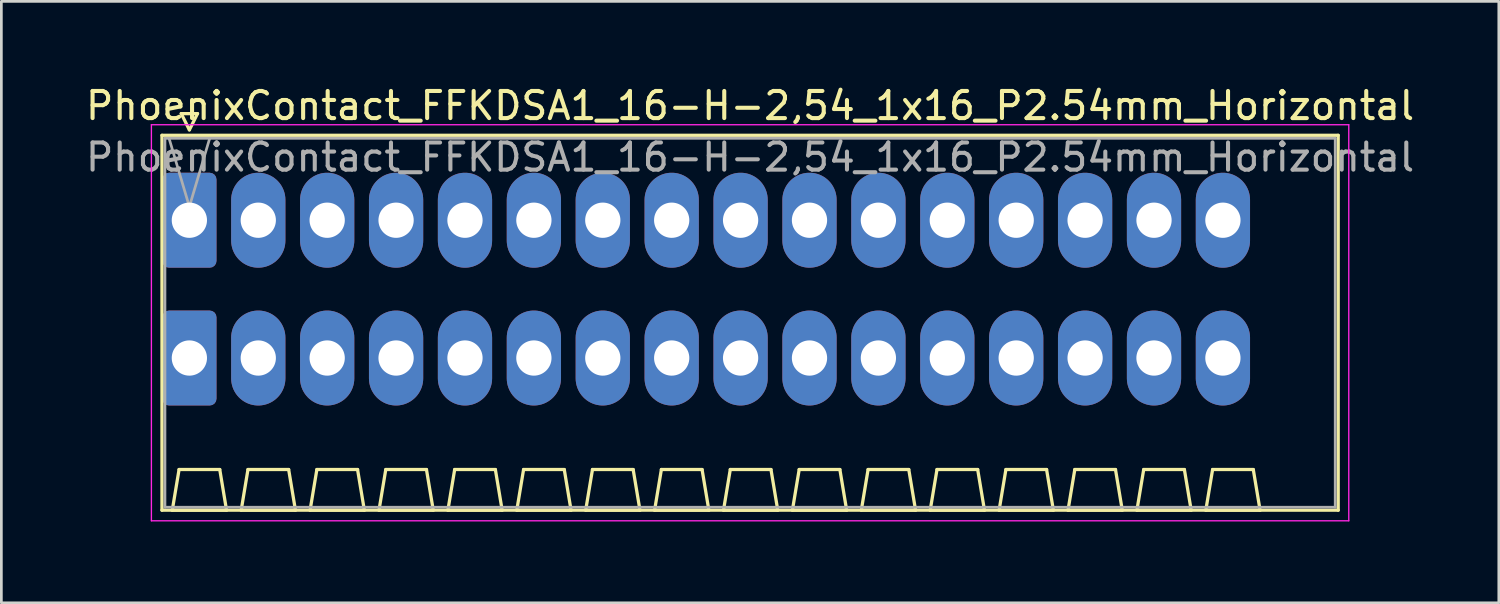
<source format=kicad_pcb>
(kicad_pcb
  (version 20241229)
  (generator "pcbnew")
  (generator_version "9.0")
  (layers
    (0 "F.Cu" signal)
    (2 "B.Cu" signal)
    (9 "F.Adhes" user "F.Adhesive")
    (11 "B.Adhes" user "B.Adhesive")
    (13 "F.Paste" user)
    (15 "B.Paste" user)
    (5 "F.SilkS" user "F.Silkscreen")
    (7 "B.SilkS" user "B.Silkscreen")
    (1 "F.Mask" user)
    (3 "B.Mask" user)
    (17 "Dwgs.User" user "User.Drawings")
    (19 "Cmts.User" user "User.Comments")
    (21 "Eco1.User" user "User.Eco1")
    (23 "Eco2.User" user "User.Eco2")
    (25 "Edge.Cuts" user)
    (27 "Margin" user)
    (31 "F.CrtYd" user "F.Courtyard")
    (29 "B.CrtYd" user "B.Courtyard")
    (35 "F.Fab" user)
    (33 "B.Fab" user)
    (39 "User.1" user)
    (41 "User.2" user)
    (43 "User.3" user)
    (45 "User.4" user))
  (footprint "PhoenixContact_FFKDSA1_16-H-2,54_1x16_P2.54mm_Horizontal"
    (layer "F.Cu")
    (at 3.931 5.068)
    (property "Reference" "PhoenixContact_FFKDSA1_16-H-2,54_1x16_P2.54mm_Horizontal" (at 20.67 -4.22 0) (layer "F.SilkS") (effects (font (size 1 1) (thickness 0.15))))
    (attr through_hole)
    (fp_line (start -1.01 -3.13) (end -1.01 10.69) (stroke (width 0.12) (type solid)) (layer "F.SilkS"))
    (fp_line (start -1.01 10.69) (end 42.35 10.69) (stroke (width 0.12) (type solid)) (layer "F.SilkS"))
    (fp_line (start -0.63 10.69) (end 1.37 10.69) (stroke (width 0.12) (type solid)) (layer "F.SilkS"))
    (fp_line (start -0.38 9.19) (end -0.63 10.69) (stroke (width 0.12) (type solid)) (layer "F.SilkS"))
    (fp_line (start -0.3 -3.93) (end 0.3 -3.93) (stroke (width 0.12) (type solid)) (layer "F.SilkS"))
    (fp_line (start 0 -3.33) (end -0.3 -3.93) (stroke (width 0.12) (type solid)) (layer "F.SilkS"))
    (fp_line (start 0.3 -3.93) (end 0 -3.33) (stroke (width 0.12) (type solid)) (layer "F.SilkS"))
    (fp_line (start 1.12 9.19) (end -0.38 9.19) (stroke (width 0.12) (type solid)) (layer "F.SilkS"))
    (fp_line (start 1.37 10.69) (end 1.12 9.19) (stroke (width 0.12) (type solid)) (layer "F.SilkS"))
    (fp_line (start 1.91 10.69) (end 3.91 10.69) (stroke (width 0.12) (type solid)) (layer "F.SilkS"))
    (fp_line (start 2.16 9.19) (end 1.91 10.69) (stroke (width 0.12) (type solid)) (layer "F.SilkS"))
    (fp_line (start 3.66 9.19) (end 2.16 9.19) (stroke (width 0.12) (type solid)) (layer "F.SilkS"))
    (fp_line (start 3.91 10.69) (end 3.66 9.19) (stroke (width 0.12) (type solid)) (layer "F.SilkS"))
    (fp_line (start 4.45 10.69) (end 6.45 10.69) (stroke (width 0.12) (type solid)) (layer "F.SilkS"))
    (fp_line (start 4.7 9.19) (end 4.45 10.69) (stroke (width 0.12) (type solid)) (layer "F.SilkS"))
    (fp_line (start 6.2 9.19) (end 4.7 9.19) (stroke (width 0.12) (type solid)) (layer "F.SilkS"))
    (fp_line (start 6.45 10.69) (end 6.2 9.19) (stroke (width 0.12) (type solid)) (layer "F.SilkS"))
    (fp_line (start 6.99 10.69) (end 8.99 10.69) (stroke (width 0.12) (type solid)) (layer "F.SilkS"))
    (fp_line (start 7.24 9.19) (end 6.99 10.69) (stroke (width 0.12) (type solid)) (layer "F.SilkS"))
    (fp_line (start 8.74 9.19) (end 7.24 9.19) (stroke (width 0.12) (type solid)) (layer "F.SilkS"))
    (fp_line (start 8.99 10.69) (end 8.74 9.19) (stroke (width 0.12) (type solid)) (layer "F.SilkS"))
    (fp_line (start 9.53 10.69) (end 11.53 10.69) (stroke (width 0.12) (type solid)) (layer "F.SilkS"))
    (fp_line (start 9.78 9.19) (end 9.53 10.69) (stroke (width 0.12) (type solid)) (layer "F.SilkS"))
    (fp_line (start 11.28 9.19) (end 9.78 9.19) (stroke (width 0.12) (type solid)) (layer "F.SilkS"))
    (fp_line (start 11.53 10.69) (end 11.28 9.19) (stroke (width 0.12) (type solid)) (layer "F.SilkS"))
    (fp_line (start 12.07 10.69) (end 14.07 10.69) (stroke (width 0.12) (type solid)) (layer "F.SilkS"))
    (fp_line (start 12.32 9.19) (end 12.07 10.69) (stroke (width 0.12) (type solid)) (layer "F.SilkS"))
    (fp_line (start 13.82 9.19) (end 12.32 9.19) (stroke (width 0.12) (type solid)) (layer "F.SilkS"))
    (fp_line (start 14.07 10.69) (end 13.82 9.19) (stroke (width 0.12) (type solid)) (layer "F.SilkS"))
    (fp_line (start 14.61 10.69) (end 16.61 10.69) (stroke (width 0.12) (type solid)) (layer "F.SilkS"))
    (fp_line (start 14.86 9.19) (end 14.61 10.69) (stroke (width 0.12) (type solid)) (layer "F.SilkS"))
    (fp_line (start 16.36 9.19) (end 14.86 9.19) (stroke (width 0.12) (type solid)) (layer "F.SilkS"))
    (fp_line (start 16.61 10.69) (end 16.36 9.19) (stroke (width 0.12) (type solid)) (layer "F.SilkS"))
    (fp_line (start 17.15 10.69) (end 19.15 10.69) (stroke (width 0.12) (type solid)) (layer "F.SilkS"))
    (fp_line (start 17.4 9.19) (end 17.15 10.69) (stroke (width 0.12) (type solid)) (layer "F.SilkS"))
    (fp_line (start 18.9 9.19) (end 17.4 9.19) (stroke (width 0.12) (type solid)) (layer "F.SilkS"))
    (fp_line (start 19.15 10.69) (end 18.9 9.19) (stroke (width 0.12) (type solid)) (layer "F.SilkS"))
    (fp_line (start 19.69 10.69) (end 21.69 10.69) (stroke (width 0.12) (type solid)) (layer "F.SilkS"))
    (fp_line (start 19.94 9.19) (end 19.69 10.69) (stroke (width 0.12) (type solid)) (layer "F.SilkS"))
    (fp_line (start 21.44 9.19) (end 19.94 9.19) (stroke (width 0.12) (type solid)) (layer "F.SilkS"))
    (fp_line (start 21.69 10.69) (end 21.44 9.19) (stroke (width 0.12) (type solid)) (layer "F.SilkS"))
    (fp_line (start 22.23 10.69) (end 24.23 10.69) (stroke (width 0.12) (type solid)) (layer "F.SilkS"))
    (fp_line (start 22.48 9.19) (end 22.23 10.69) (stroke (width 0.12) (type solid)) (layer "F.SilkS"))
    (fp_line (start 23.98 9.19) (end 22.48 9.19) (stroke (width 0.12) (type solid)) (layer "F.SilkS"))
    (fp_line (start 24.23 10.69) (end 23.98 9.19) (stroke (width 0.12) (type solid)) (layer "F.SilkS"))
    (fp_line (start 24.77 10.69) (end 26.77 10.69) (stroke (width 0.12) (type solid)) (layer "F.SilkS"))
    (fp_line (start 25.02 9.19) (end 24.77 10.69) (stroke (width 0.12) (type solid)) (layer "F.SilkS"))
    (fp_line (start 26.52 9.19) (end 25.02 9.19) (stroke (width 0.12) (type solid)) (layer "F.SilkS"))
    (fp_line (start 26.77 10.69) (end 26.52 9.19) (stroke (width 0.12) (type solid)) (layer "F.SilkS"))
    (fp_line (start 27.31 10.69) (end 29.31 10.69) (stroke (width 0.12) (type solid)) (layer "F.SilkS"))
    (fp_line (start 27.56 9.19) (end 27.31 10.69) (stroke (width 0.12) (type solid)) (layer "F.SilkS"))
    (fp_line (start 29.06 9.19) (end 27.56 9.19) (stroke (width 0.12) (type solid)) (layer "F.SilkS"))
    (fp_line (start 29.31 10.69) (end 29.06 9.19) (stroke (width 0.12) (type solid)) (layer "F.SilkS"))
    (fp_line (start 29.85 10.69) (end 31.85 10.69) (stroke (width 0.12) (type solid)) (layer "F.SilkS"))
    (fp_line (start 30.1 9.19) (end 29.85 10.69) (stroke (width 0.12) (type solid)) (layer "F.SilkS"))
    (fp_line (start 31.6 9.19) (end 30.1 9.19) (stroke (width 0.12) (type solid)) (layer "F.SilkS"))
    (fp_line (start 31.85 10.69) (end 31.6 9.19) (stroke (width 0.12) (type solid)) (layer "F.SilkS"))
    (fp_line (start 32.39 10.69) (end 34.39 10.69) (stroke (width 0.12) (type solid)) (layer "F.SilkS"))
    (fp_line (start 32.64 9.19) (end 32.39 10.69) (stroke (width 0.12) (type solid)) (layer "F.SilkS"))
    (fp_line (start 34.14 9.19) (end 32.64 9.19) (stroke (width 0.12) (type solid)) (layer "F.SilkS"))
    (fp_line (start 34.39 10.69) (end 34.14 9.19) (stroke (width 0.12) (type solid)) (layer "F.SilkS"))
    (fp_line (start 34.93 10.69) (end 36.93 10.69) (stroke (width 0.12) (type solid)) (layer "F.SilkS"))
    (fp_line (start 35.18 9.19) (end 34.93 10.69) (stroke (width 0.12) (type solid)) (layer "F.SilkS"))
    (fp_line (start 36.68 9.19) (end 35.18 9.19) (stroke (width 0.12) (type solid)) (layer "F.SilkS"))
    (fp_line (start 36.93 10.69) (end 36.68 9.19) (stroke (width 0.12) (type solid)) (layer "F.SilkS"))
    (fp_line (start 37.47 10.69) (end 39.47 10.69) (stroke (width 0.12) (type solid)) (layer "F.SilkS"))
    (fp_line (start 37.72 9.19) (end 37.47 10.69) (stroke (width 0.12) (type solid)) (layer "F.SilkS"))
    (fp_line (start 39.22 9.19) (end 37.72 9.19) (stroke (width 0.12) (type solid)) (layer "F.SilkS"))
    (fp_line (start 39.47 10.69) (end 39.22 9.19) (stroke (width 0.12) (type solid)) (layer "F.SilkS"))
    (fp_line (start 42.35 -3.13) (end -1.01 -3.13) (stroke (width 0.12) (type solid)) (layer "F.SilkS"))
    (fp_line (start 42.35 10.69) (end 42.35 -3.13) (stroke (width 0.12) (type solid)) (layer "F.SilkS"))
    (fp_line (start -1.4 -3.52) (end -1.4 11.08) (stroke (width 0.05) (type solid)) (layer "F.CrtYd"))
    (fp_line (start -1.4 11.08) (end 42.74 11.08) (stroke (width 0.05) (type solid)) (layer "F.CrtYd"))
    (fp_line (start 42.74 -3.52) (end -1.4 -3.52) (stroke (width 0.05) (type solid)) (layer "F.CrtYd"))
    (fp_line (start 42.74 11.08) (end 42.74 -3.52) (stroke (width 0.05) (type solid)) (layer "F.CrtYd"))
    (fp_line (start -0.9 -3.02) (end -0.9 10.58) (stroke (width 0.1) (type solid)) (layer "F.Fab"))
    (fp_line (start -0.9 10.58) (end 42.24 10.58) (stroke (width 0.1) (type solid)) (layer "F.Fab"))
    (fp_line (start 0 -0.5) (end -0.75 -3.02) (stroke (width 0.1) (type solid)) (layer "F.Fab"))
    (fp_line (start 0.75 -3.02) (end 0 -0.5) (stroke (width 0.1) (type solid)) (layer "F.Fab"))
    (fp_line (start 42.24 -3.02) (end -0.9 -3.02) (stroke (width 0.1) (type solid)) (layer "F.Fab"))
    (fp_line (start 42.24 10.58) (end 42.24 -3.02) (stroke (width 0.1) (type solid)) (layer "F.Fab"))
    (fp_text user "${REFERENCE}" (at 20.67 -2.32 0) (layer "F.Fab") (effects (font (size 1 1) (thickness 0.15))))
    (pad "1" thru_hole roundrect (at 0 0) (size 2 3.5) (drill 1.3) (layers "*.Cu" "*.Mask") (roundrect_rratio 0.125))
    (pad "1" thru_hole roundrect (at 0 5.08) (size 2 3.5) (drill 1.3) (layers "*.Cu" "*.Mask") (roundrect_rratio 0.125))
    (pad "2" thru_hole oval (at 2.54 0) (size 2 3.5) (drill 1.3) (layers "*.Cu" "*.Mask"))
    (pad "2" thru_hole oval (at 2.54 5.08) (size 2 3.5) (drill 1.3) (layers "*.Cu" "*.Mask"))
    (pad "3" thru_hole oval (at 5.08 0) (size 2 3.5) (drill 1.3) (layers "*.Cu" "*.Mask"))
    (pad "3" thru_hole oval (at 5.08 5.08) (size 2 3.5) (drill 1.3) (layers "*.Cu" "*.Mask"))
    (pad "4" thru_hole oval (at 7.62 0) (size 2 3.5) (drill 1.3) (layers "*.Cu" "*.Mask"))
    (pad "4" thru_hole oval (at 7.62 5.08) (size 2 3.5) (drill 1.3) (layers "*.Cu" "*.Mask"))
    (pad "5" thru_hole oval (at 10.16 0) (size 2 3.5) (drill 1.3) (layers "*.Cu" "*.Mask"))
    (pad "5" thru_hole oval (at 10.16 5.08) (size 2 3.5) (drill 1.3) (layers "*.Cu" "*.Mask"))
    (pad "6" thru_hole oval (at 12.7 0) (size 2 3.5) (drill 1.3) (layers "*.Cu" "*.Mask"))
    (pad "6" thru_hole oval (at 12.7 5.08) (size 2 3.5) (drill 1.3) (layers "*.Cu" "*.Mask"))
    (pad "7" thru_hole oval (at 15.24 0) (size 2 3.5) (drill 1.3) (layers "*.Cu" "*.Mask"))
    (pad "7" thru_hole oval (at 15.24 5.08) (size 2 3.5) (drill 1.3) (layers "*.Cu" "*.Mask"))
    (pad "8" thru_hole oval (at 17.78 0) (size 2 3.5) (drill 1.3) (layers "*.Cu" "*.Mask"))
    (pad "8" thru_hole oval (at 17.78 5.08) (size 2 3.5) (drill 1.3) (layers "*.Cu" "*.Mask"))
    (pad "9" thru_hole oval (at 20.32 0) (size 2 3.5) (drill 1.3) (layers "*.Cu" "*.Mask"))
    (pad "9" thru_hole oval (at 20.32 5.08) (size 2 3.5) (drill 1.3) (layers "*.Cu" "*.Mask"))
    (pad "10" thru_hole oval (at 22.86 0) (size 2 3.5) (drill 1.3) (layers "*.Cu" "*.Mask"))
    (pad "10" thru_hole oval (at 22.86 5.08) (size 2 3.5) (drill 1.3) (layers "*.Cu" "*.Mask"))
    (pad "11" thru_hole oval (at 25.4 0) (size 2 3.5) (drill 1.3) (layers "*.Cu" "*.Mask"))
    (pad "11" thru_hole oval (at 25.4 5.08) (size 2 3.5) (drill 1.3) (layers "*.Cu" "*.Mask"))
    (pad "12" thru_hole oval (at 27.94 0) (size 2 3.5) (drill 1.3) (layers "*.Cu" "*.Mask"))
    (pad "12" thru_hole oval (at 27.94 5.08) (size 2 3.5) (drill 1.3) (layers "*.Cu" "*.Mask"))
    (pad "13" thru_hole oval (at 30.48 0) (size 2 3.5) (drill 1.3) (layers "*.Cu" "*.Mask"))
    (pad "13" thru_hole oval (at 30.48 5.08) (size 2 3.5) (drill 1.3) (layers "*.Cu" "*.Mask"))
    (pad "14" thru_hole oval (at 33.02 0) (size 2 3.5) (drill 1.3) (layers "*.Cu" "*.Mask"))
    (pad "14" thru_hole oval (at 33.02 5.08) (size 2 3.5) (drill 1.3) (layers "*.Cu" "*.Mask"))
    (pad "15" thru_hole oval (at 35.56 0) (size 2 3.5) (drill 1.3) (layers "*.Cu" "*.Mask"))
    (pad "15" thru_hole oval (at 35.56 5.08) (size 2 3.5) (drill 1.3) (layers "*.Cu" "*.Mask"))
    (pad "16" thru_hole oval (at 38.1 0) (size 2 3.5) (drill 1.3) (layers "*.Cu" "*.Mask"))
    (pad "16" thru_hole oval (at 38.1 5.08) (size 2 3.5) (drill 1.3) (layers "*.Cu" "*.Mask")))
  (gr_rect
    (start -3 -3)
    (end 52.202 19.173)
    (stroke (width 0.1) (type default))
    (fill no)
    (layer "Edge.Cuts")))
</source>
